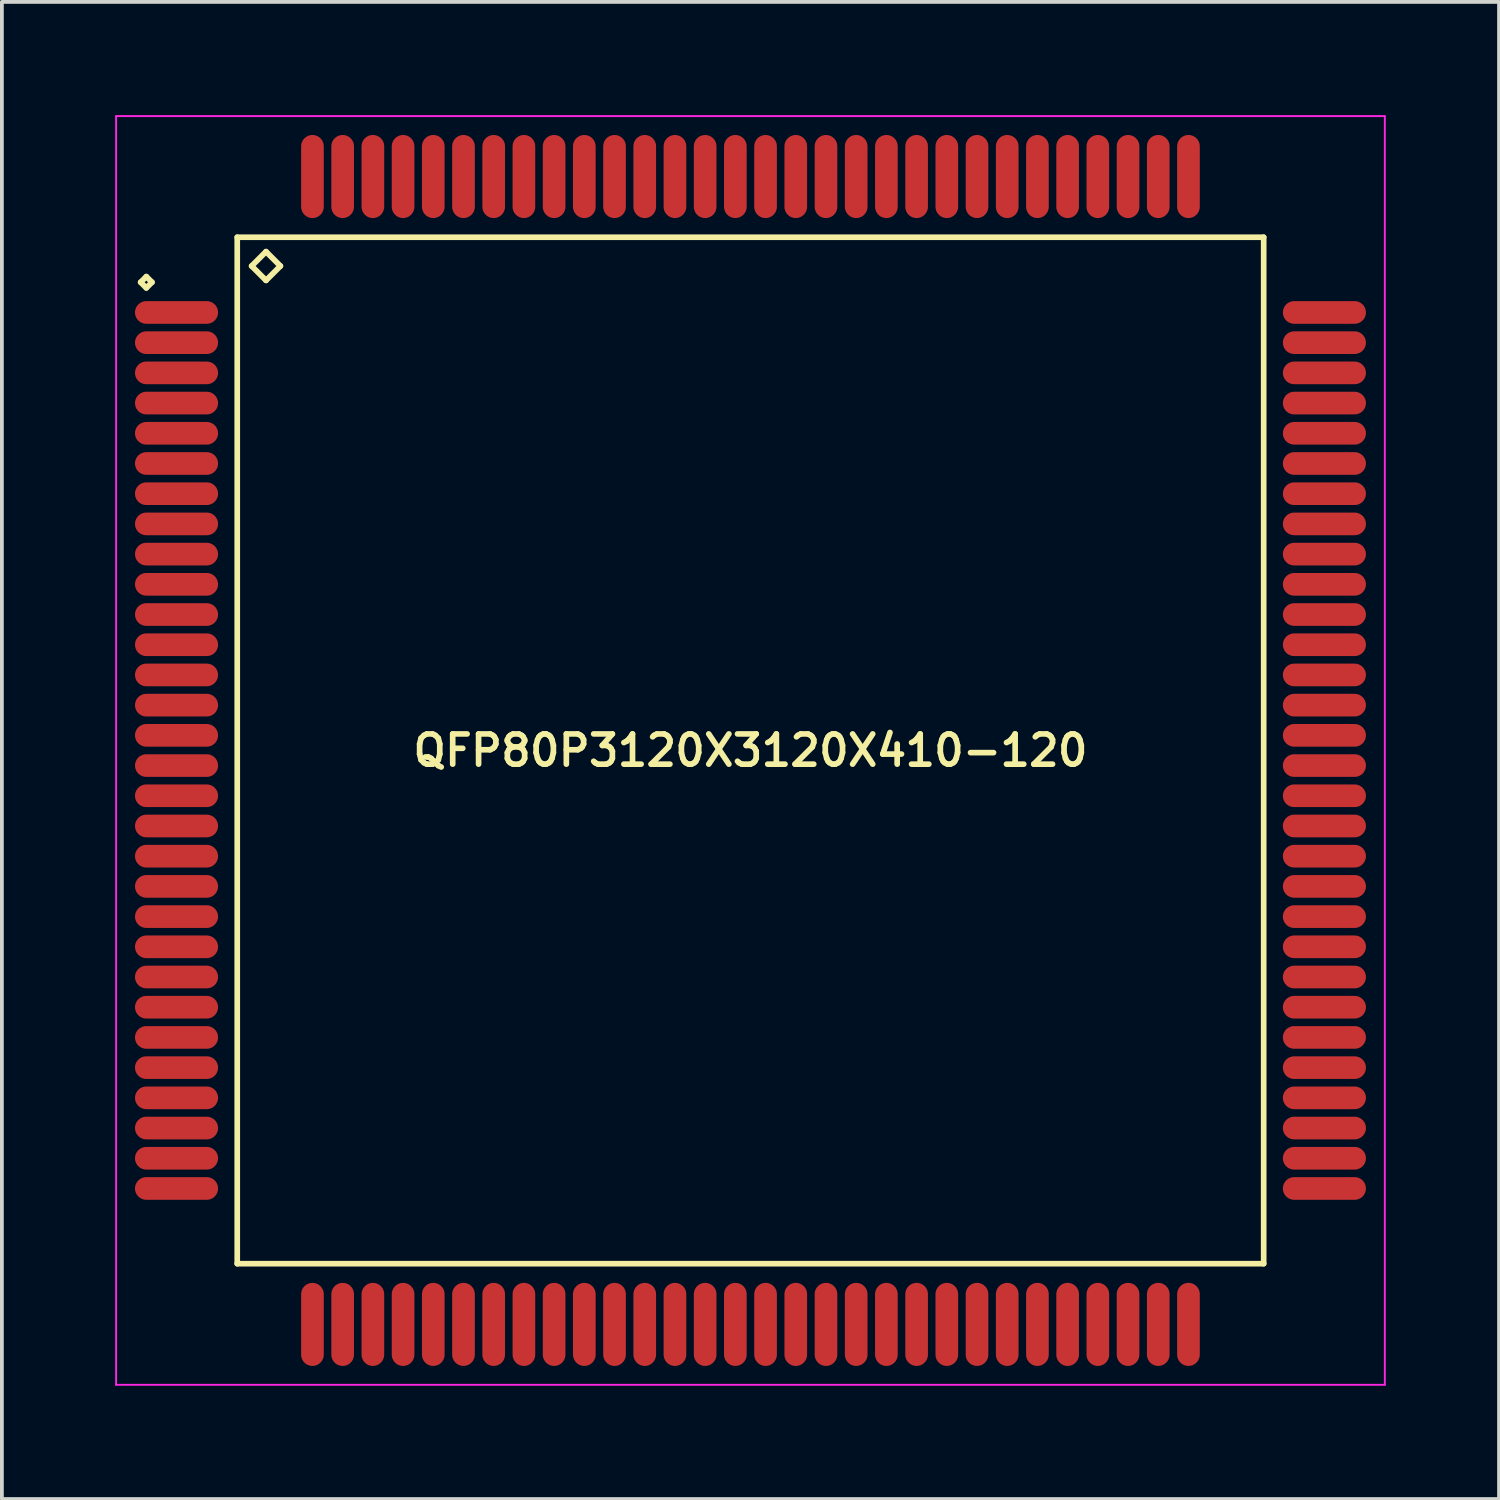
<source format=kicad_pcb>
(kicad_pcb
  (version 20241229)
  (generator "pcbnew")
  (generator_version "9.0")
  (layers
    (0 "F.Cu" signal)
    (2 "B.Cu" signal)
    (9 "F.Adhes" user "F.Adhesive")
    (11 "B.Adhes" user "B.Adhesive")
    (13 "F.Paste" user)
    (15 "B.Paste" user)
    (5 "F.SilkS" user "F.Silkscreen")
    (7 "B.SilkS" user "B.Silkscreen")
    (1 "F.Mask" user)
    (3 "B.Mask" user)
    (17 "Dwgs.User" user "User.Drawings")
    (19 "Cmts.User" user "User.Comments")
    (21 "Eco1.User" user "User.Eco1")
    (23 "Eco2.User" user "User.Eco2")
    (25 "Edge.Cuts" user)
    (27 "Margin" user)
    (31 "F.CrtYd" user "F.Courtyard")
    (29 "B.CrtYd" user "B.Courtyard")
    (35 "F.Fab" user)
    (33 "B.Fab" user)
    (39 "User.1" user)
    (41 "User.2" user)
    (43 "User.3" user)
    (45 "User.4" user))
  (footprint "QFP80P3120X3120X410-120"
    (layer "F.Cu")
    (at 16.825 16.825)
    (property "Reference" "QFP80P3120X3120X410-120" (at 0 0 0) (layer "F.SilkS") (effects (font (size 0.8 0.8) (thickness 0.15))))
    (attr smd)
    (fp_line (start -16.15 -12.4) (end -16 -12.55) (stroke (width 0.15) (type solid)) (layer "F.SilkS"))
    (fp_line (start -16 -12.55) (end -15.85 -12.4) (stroke (width 0.15) (type solid)) (layer "F.SilkS"))
    (fp_line (start -16 -12.25) (end -16.15 -12.4) (stroke (width 0.15) (type solid)) (layer "F.SilkS"))
    (fp_line (start -15.85 -12.4) (end -16 -12.25) (stroke (width 0.15) (type solid)) (layer "F.SilkS"))
    (fp_line (start -13.592 -13.592) (end -13.592 13.592) (stroke (width 0.15) (type solid)) (layer "F.SilkS"))
    (fp_line (start -13.592 13.592) (end 13.592 13.592) (stroke (width 0.15) (type solid)) (layer "F.SilkS"))
    (fp_line (start -13.211 -12.83) (end -12.83 -13.211) (stroke (width 0.15) (type solid)) (layer "F.SilkS"))
    (fp_line (start -12.83 -13.211) (end -12.449 -12.83) (stroke (width 0.15) (type solid)) (layer "F.SilkS"))
    (fp_line (start -12.83 -12.449) (end -13.211 -12.83) (stroke (width 0.15) (type solid)) (layer "F.SilkS"))
    (fp_line (start -12.449 -12.83) (end -12.83 -12.449) (stroke (width 0.15) (type solid)) (layer "F.SilkS"))
    (fp_line (start 13.592 -13.592) (end -13.592 -13.592) (stroke (width 0.15) (type solid)) (layer "F.SilkS"))
    (fp_line (start 13.592 13.592) (end 13.592 -13.592) (stroke (width 0.15) (type solid)) (layer "F.SilkS"))
    (fp_line (start -16.8 -16.8) (end 16.8 -16.8) (stroke (width 0.05) (type solid)) (layer "F.CrtYd"))
    (fp_line (start -16.8 16.8) (end -16.8 -16.8) (stroke (width 0.05) (type solid)) (layer "F.CrtYd"))
    (fp_line (start 16.8 -16.8) (end 16.8 16.8) (stroke (width 0.05) (type solid)) (layer "F.CrtYd"))
    (fp_line (start 16.8 16.8) (end -16.8 16.8) (stroke (width 0.05) (type solid)) (layer "F.CrtYd"))
    (pad "1" smd oval (at -15.2 -11.6) (size 2.2 0.6) (layers "F.Cu" "F.Mask" "F.Paste"))
    (pad "2" smd oval (at -15.2 -10.8) (size 2.2 0.6) (layers "F.Cu" "F.Mask" "F.Paste"))
    (pad "3" smd oval (at -15.2 -10) (size 2.2 0.6) (layers "F.Cu" "F.Mask" "F.Paste"))
    (pad "4" smd oval (at -15.2 -9.2) (size 2.2 0.6) (layers "F.Cu" "F.Mask" "F.Paste"))
    (pad "5" smd oval (at -15.2 -8.4) (size 2.2 0.6) (layers "F.Cu" "F.Mask" "F.Paste"))
    (pad "6" smd oval (at -15.2 -7.6) (size 2.2 0.6) (layers "F.Cu" "F.Mask" "F.Paste"))
    (pad "7" smd oval (at -15.2 -6.8) (size 2.2 0.6) (layers "F.Cu" "F.Mask" "F.Paste"))
    (pad "8" smd oval (at -15.2 -6) (size 2.2 0.6) (layers "F.Cu" "F.Mask" "F.Paste"))
    (pad "9" smd oval (at -15.2 -5.2) (size 2.2 0.6) (layers "F.Cu" "F.Mask" "F.Paste"))
    (pad "10" smd oval (at -15.2 -4.4) (size 2.2 0.6) (layers "F.Cu" "F.Mask" "F.Paste"))
    (pad "11" smd oval (at -15.2 -3.6) (size 2.2 0.6) (layers "F.Cu" "F.Mask" "F.Paste"))
    (pad "12" smd oval (at -15.2 -2.8) (size 2.2 0.6) (layers "F.Cu" "F.Mask" "F.Paste"))
    (pad "13" smd oval (at -15.2 -2) (size 2.2 0.6) (layers "F.Cu" "F.Mask" "F.Paste"))
    (pad "14" smd oval (at -15.2 -1.2) (size 2.2 0.6) (layers "F.Cu" "F.Mask" "F.Paste"))
    (pad "15" smd oval (at -15.2 -0.4) (size 2.2 0.6) (layers "F.Cu" "F.Mask" "F.Paste"))
    (pad "16" smd oval (at -15.2 0.4) (size 2.2 0.6) (layers "F.Cu" "F.Mask" "F.Paste"))
    (pad "17" smd oval (at -15.2 1.2) (size 2.2 0.6) (layers "F.Cu" "F.Mask" "F.Paste"))
    (pad "18" smd oval (at -15.2 2) (size 2.2 0.6) (layers "F.Cu" "F.Mask" "F.Paste"))
    (pad "19" smd oval (at -15.2 2.8) (size 2.2 0.6) (layers "F.Cu" "F.Mask" "F.Paste"))
    (pad "20" smd oval (at -15.2 3.6) (size 2.2 0.6) (layers "F.Cu" "F.Mask" "F.Paste"))
    (pad "21" smd oval (at -15.2 4.4) (size 2.2 0.6) (layers "F.Cu" "F.Mask" "F.Paste"))
    (pad "22" smd oval (at -15.2 5.2) (size 2.2 0.6) (layers "F.Cu" "F.Mask" "F.Paste"))
    (pad "23" smd oval (at -15.2 6) (size 2.2 0.6) (layers "F.Cu" "F.Mask" "F.Paste"))
    (pad "24" smd oval (at -15.2 6.8) (size 2.2 0.6) (layers "F.Cu" "F.Mask" "F.Paste"))
    (pad "25" smd oval (at -15.2 7.6) (size 2.2 0.6) (layers "F.Cu" "F.Mask" "F.Paste"))
    (pad "26" smd oval (at -15.2 8.4) (size 2.2 0.6) (layers "F.Cu" "F.Mask" "F.Paste"))
    (pad "27" smd oval (at -15.2 9.2) (size 2.2 0.6) (layers "F.Cu" "F.Mask" "F.Paste"))
    (pad "28" smd oval (at -15.2 10) (size 2.2 0.6) (layers "F.Cu" "F.Mask" "F.Paste"))
    (pad "29" smd oval (at -15.2 10.8) (size 2.2 0.6) (layers "F.Cu" "F.Mask" "F.Paste"))
    (pad "30" smd oval (at -15.2 11.6) (size 2.2 0.6) (layers "F.Cu" "F.Mask" "F.Paste"))
    (pad "31" smd oval (at -11.6 15.2) (size 0.6 2.2) (layers "F.Cu" "F.Mask" "F.Paste"))
    (pad "32" smd oval (at -10.8 15.2) (size 0.6 2.2) (layers "F.Cu" "F.Mask" "F.Paste"))
    (pad "33" smd oval (at -10 15.2) (size 0.6 2.2) (layers "F.Cu" "F.Mask" "F.Paste"))
    (pad "34" smd oval (at -9.2 15.2) (size 0.6 2.2) (layers "F.Cu" "F.Mask" "F.Paste"))
    (pad "35" smd oval (at -8.4 15.2) (size 0.6 2.2) (layers "F.Cu" "F.Mask" "F.Paste"))
    (pad "36" smd oval (at -7.6 15.2) (size 0.6 2.2) (layers "F.Cu" "F.Mask" "F.Paste"))
    (pad "37" smd oval (at -6.8 15.2) (size 0.6 2.2) (layers "F.Cu" "F.Mask" "F.Paste"))
    (pad "38" smd oval (at -6 15.2) (size 0.6 2.2) (layers "F.Cu" "F.Mask" "F.Paste"))
    (pad "39" smd oval (at -5.2 15.2) (size 0.6 2.2) (layers "F.Cu" "F.Mask" "F.Paste"))
    (pad "40" smd oval (at -4.4 15.2) (size 0.6 2.2) (layers "F.Cu" "F.Mask" "F.Paste"))
    (pad "41" smd oval (at -3.6 15.2) (size 0.6 2.2) (layers "F.Cu" "F.Mask" "F.Paste"))
    (pad "42" smd oval (at -2.8 15.2) (size 0.6 2.2) (layers "F.Cu" "F.Mask" "F.Paste"))
    (pad "43" smd oval (at -2 15.2) (size 0.6 2.2) (layers "F.Cu" "F.Mask" "F.Paste"))
    (pad "44" smd oval (at -1.2 15.2) (size 0.6 2.2) (layers "F.Cu" "F.Mask" "F.Paste"))
    (pad "45" smd oval (at -0.4 15.2) (size 0.6 2.2) (layers "F.Cu" "F.Mask" "F.Paste"))
    (pad "46" smd oval (at 0.4 15.2) (size 0.6 2.2) (layers "F.Cu" "F.Mask" "F.Paste"))
    (pad "47" smd oval (at 1.2 15.2) (size 0.6 2.2) (layers "F.Cu" "F.Mask" "F.Paste"))
    (pad "48" smd oval (at 2 15.2) (size 0.6 2.2) (layers "F.Cu" "F.Mask" "F.Paste"))
    (pad "49" smd oval (at 2.8 15.2) (size 0.6 2.2) (layers "F.Cu" "F.Mask" "F.Paste"))
    (pad "50" smd oval (at 3.6 15.2) (size 0.6 2.2) (layers "F.Cu" "F.Mask" "F.Paste"))
    (pad "51" smd oval (at 4.4 15.2) (size 0.6 2.2) (layers "F.Cu" "F.Mask" "F.Paste"))
    (pad "52" smd oval (at 5.2 15.2) (size 0.6 2.2) (layers "F.Cu" "F.Mask" "F.Paste"))
    (pad "53" smd oval (at 6 15.2) (size 0.6 2.2) (layers "F.Cu" "F.Mask" "F.Paste"))
    (pad "54" smd oval (at 6.8 15.2) (size 0.6 2.2) (layers "F.Cu" "F.Mask" "F.Paste"))
    (pad "55" smd oval (at 7.6 15.2) (size 0.6 2.2) (layers "F.Cu" "F.Mask" "F.Paste"))
    (pad "56" smd oval (at 8.4 15.2) (size 0.6 2.2) (layers "F.Cu" "F.Mask" "F.Paste"))
    (pad "57" smd oval (at 9.2 15.2) (size 0.6 2.2) (layers "F.Cu" "F.Mask" "F.Paste"))
    (pad "58" smd oval (at 10 15.2) (size 0.6 2.2) (layers "F.Cu" "F.Mask" "F.Paste"))
    (pad "59" smd oval (at 10.8 15.2) (size 0.6 2.2) (layers "F.Cu" "F.Mask" "F.Paste"))
    (pad "60" smd oval (at 11.6 15.2) (size 0.6 2.2) (layers "F.Cu" "F.Mask" "F.Paste"))
    (pad "61" smd oval (at 15.2 11.6) (size 2.2 0.6) (layers "F.Cu" "F.Mask" "F.Paste"))
    (pad "62" smd oval (at 15.2 10.8) (size 2.2 0.6) (layers "F.Cu" "F.Mask" "F.Paste"))
    (pad "63" smd oval (at 15.2 10) (size 2.2 0.6) (layers "F.Cu" "F.Mask" "F.Paste"))
    (pad "64" smd oval (at 15.2 9.2) (size 2.2 0.6) (layers "F.Cu" "F.Mask" "F.Paste"))
    (pad "65" smd oval (at 15.2 8.4) (size 2.2 0.6) (layers "F.Cu" "F.Mask" "F.Paste"))
    (pad "66" smd oval (at 15.2 7.6) (size 2.2 0.6) (layers "F.Cu" "F.Mask" "F.Paste"))
    (pad "67" smd oval (at 15.2 6.8) (size 2.2 0.6) (layers "F.Cu" "F.Mask" "F.Paste"))
    (pad "68" smd oval (at 15.2 6) (size 2.2 0.6) (layers "F.Cu" "F.Mask" "F.Paste"))
    (pad "69" smd oval (at 15.2 5.2) (size 2.2 0.6) (layers "F.Cu" "F.Mask" "F.Paste"))
    (pad "70" smd oval (at 15.2 4.4) (size 2.2 0.6) (layers "F.Cu" "F.Mask" "F.Paste"))
    (pad "71" smd oval (at 15.2 3.6) (size 2.2 0.6) (layers "F.Cu" "F.Mask" "F.Paste"))
    (pad "72" smd oval (at 15.2 2.8) (size 2.2 0.6) (layers "F.Cu" "F.Mask" "F.Paste"))
    (pad "73" smd oval (at 15.2 2) (size 2.2 0.6) (layers "F.Cu" "F.Mask" "F.Paste"))
    (pad "74" smd oval (at 15.2 1.2) (size 2.2 0.6) (layers "F.Cu" "F.Mask" "F.Paste"))
    (pad "75" smd oval (at 15.2 0.4) (size 2.2 0.6) (layers "F.Cu" "F.Mask" "F.Paste"))
    (pad "76" smd oval (at 15.2 -0.4) (size 2.2 0.6) (layers "F.Cu" "F.Mask" "F.Paste"))
    (pad "77" smd oval (at 15.2 -1.2) (size 2.2 0.6) (layers "F.Cu" "F.Mask" "F.Paste"))
    (pad "78" smd oval (at 15.2 -2) (size 2.2 0.6) (layers "F.Cu" "F.Mask" "F.Paste"))
    (pad "79" smd oval (at 15.2 -2.8) (size 2.2 0.6) (layers "F.Cu" "F.Mask" "F.Paste"))
    (pad "80" smd oval (at 15.2 -3.6) (size 2.2 0.6) (layers "F.Cu" "F.Mask" "F.Paste"))
    (pad "81" smd oval (at 15.2 -4.4) (size 2.2 0.6) (layers "F.Cu" "F.Mask" "F.Paste"))
    (pad "82" smd oval (at 15.2 -5.2) (size 2.2 0.6) (layers "F.Cu" "F.Mask" "F.Paste"))
    (pad "83" smd oval (at 15.2 -6) (size 2.2 0.6) (layers "F.Cu" "F.Mask" "F.Paste"))
    (pad "84" smd oval (at 15.2 -6.8) (size 2.2 0.6) (layers "F.Cu" "F.Mask" "F.Paste"))
    (pad "85" smd oval (at 15.2 -7.6) (size 2.2 0.6) (layers "F.Cu" "F.Mask" "F.Paste"))
    (pad "86" smd oval (at 15.2 -8.4) (size 2.2 0.6) (layers "F.Cu" "F.Mask" "F.Paste"))
    (pad "87" smd oval (at 15.2 -9.2) (size 2.2 0.6) (layers "F.Cu" "F.Mask" "F.Paste"))
    (pad "88" smd oval (at 15.2 -10) (size 2.2 0.6) (layers "F.Cu" "F.Mask" "F.Paste"))
    (pad "89" smd oval (at 15.2 -10.8) (size 2.2 0.6) (layers "F.Cu" "F.Mask" "F.Paste"))
    (pad "90" smd oval (at 15.2 -11.6) (size 2.2 0.6) (layers "F.Cu" "F.Mask" "F.Paste"))
    (pad "91" smd oval (at 11.6 -15.2) (size 0.6 2.2) (layers "F.Cu" "F.Mask" "F.Paste"))
    (pad "92" smd oval (at 10.8 -15.2) (size 0.6 2.2) (layers "F.Cu" "F.Mask" "F.Paste"))
    (pad "93" smd oval (at 10 -15.2) (size 0.6 2.2) (layers "F.Cu" "F.Mask" "F.Paste"))
    (pad "94" smd oval (at 9.2 -15.2) (size 0.6 2.2) (layers "F.Cu" "F.Mask" "F.Paste"))
    (pad "95" smd oval (at 8.4 -15.2) (size 0.6 2.2) (layers "F.Cu" "F.Mask" "F.Paste"))
    (pad "96" smd oval (at 7.6 -15.2) (size 0.6 2.2) (layers "F.Cu" "F.Mask" "F.Paste"))
    (pad "97" smd oval (at 6.8 -15.2) (size 0.6 2.2) (layers "F.Cu" "F.Mask" "F.Paste"))
    (pad "98" smd oval (at 6 -15.2) (size 0.6 2.2) (layers "F.Cu" "F.Mask" "F.Paste"))
    (pad "99" smd oval (at 5.2 -15.2) (size 0.6 2.2) (layers "F.Cu" "F.Mask" "F.Paste"))
    (pad "100" smd oval (at 4.4 -15.2) (size 0.6 2.2) (layers "F.Cu" "F.Mask" "F.Paste"))
    (pad "101" smd oval (at 3.6 -15.2) (size 0.6 2.2) (layers "F.Cu" "F.Mask" "F.Paste"))
    (pad "102" smd oval (at 2.8 -15.2) (size 0.6 2.2) (layers "F.Cu" "F.Mask" "F.Paste"))
    (pad "103" smd oval (at 2 -15.2) (size 0.6 2.2) (layers "F.Cu" "F.Mask" "F.Paste"))
    (pad "104" smd oval (at 1.2 -15.2) (size 0.6 2.2) (layers "F.Cu" "F.Mask" "F.Paste"))
    (pad "105" smd oval (at 0.4 -15.2) (size 0.6 2.2) (layers "F.Cu" "F.Mask" "F.Paste"))
    (pad "106" smd oval (at -0.4 -15.2) (size 0.6 2.2) (layers "F.Cu" "F.Mask" "F.Paste"))
    (pad "107" smd oval (at -1.2 -15.2) (size 0.6 2.2) (layers "F.Cu" "F.Mask" "F.Paste"))
    (pad "108" smd oval (at -2 -15.2) (size 0.6 2.2) (layers "F.Cu" "F.Mask" "F.Paste"))
    (pad "109" smd oval (at -2.8 -15.2) (size 0.6 2.2) (layers "F.Cu" "F.Mask" "F.Paste"))
    (pad "110" smd oval (at -3.6 -15.2) (size 0.6 2.2) (layers "F.Cu" "F.Mask" "F.Paste"))
    (pad "111" smd oval (at -4.4 -15.2) (size 0.6 2.2) (layers "F.Cu" "F.Mask" "F.Paste"))
    (pad "112" smd oval (at -5.2 -15.2) (size 0.6 2.2) (layers "F.Cu" "F.Mask" "F.Paste"))
    (pad "113" smd oval (at -6 -15.2) (size 0.6 2.2) (layers "F.Cu" "F.Mask" "F.Paste"))
    (pad "114" smd oval (at -6.8 -15.2) (size 0.6 2.2) (layers "F.Cu" "F.Mask" "F.Paste"))
    (pad "115" smd oval (at -7.6 -15.2) (size 0.6 2.2) (layers "F.Cu" "F.Mask" "F.Paste"))
    (pad "116" smd oval (at -8.4 -15.2) (size 0.6 2.2) (layers "F.Cu" "F.Mask" "F.Paste"))
    (pad "117" smd oval (at -9.2 -15.2) (size 0.6 2.2) (layers "F.Cu" "F.Mask" "F.Paste"))
    (pad "118" smd oval (at -10 -15.2) (size 0.6 2.2) (layers "F.Cu" "F.Mask" "F.Paste"))
    (pad "119" smd oval (at -10.8 -15.2) (size 0.6 2.2) (layers "F.Cu" "F.Mask" "F.Paste"))
    (pad "120" smd oval (at -11.6 -15.2) (size 0.6 2.2) (layers "F.Cu" "F.Mask" "F.Paste")))
  (gr_rect
    (start -3 -3)
    (end 36.65 36.65)
    (stroke (width 0.1) (type default))
    (fill no)
    (layer "Edge.Cuts")))
</source>
